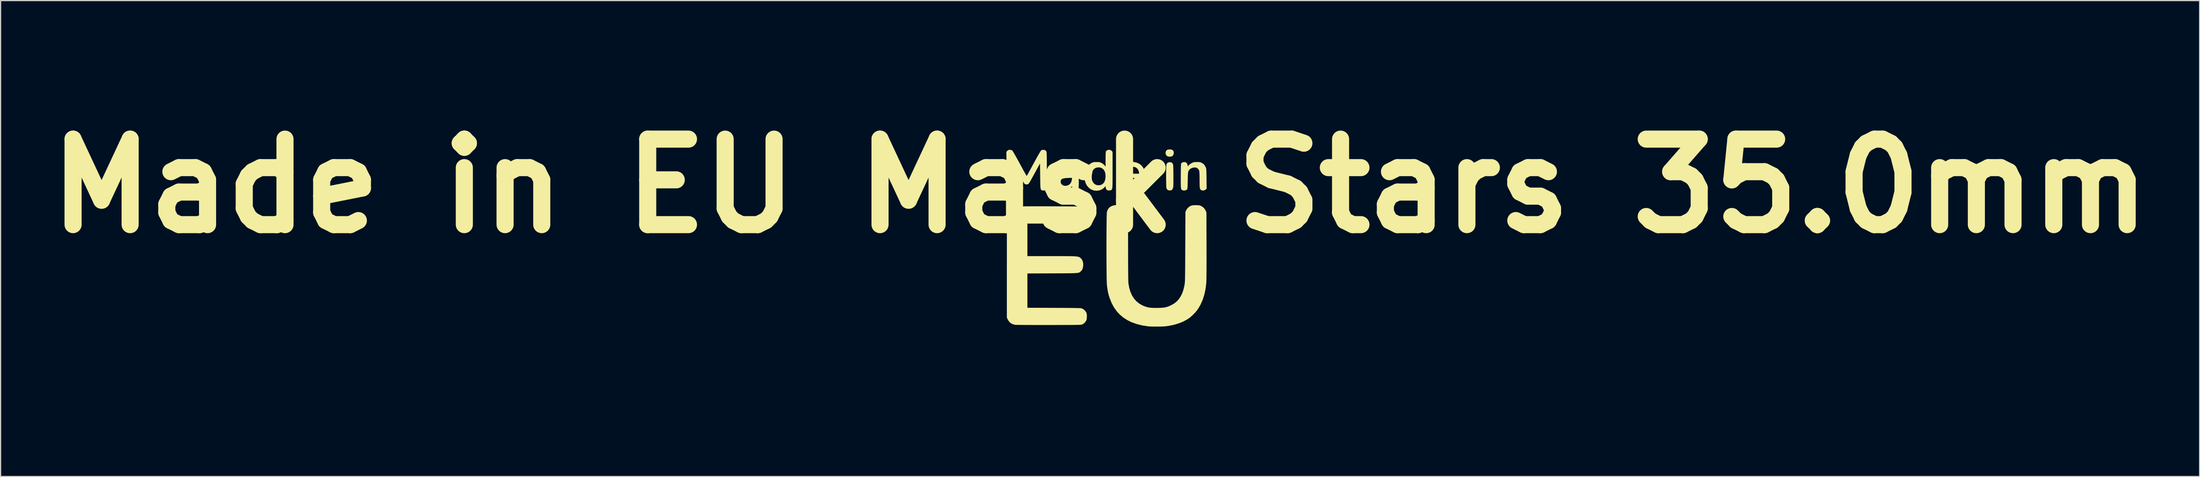
<source format=kicad_pcb>
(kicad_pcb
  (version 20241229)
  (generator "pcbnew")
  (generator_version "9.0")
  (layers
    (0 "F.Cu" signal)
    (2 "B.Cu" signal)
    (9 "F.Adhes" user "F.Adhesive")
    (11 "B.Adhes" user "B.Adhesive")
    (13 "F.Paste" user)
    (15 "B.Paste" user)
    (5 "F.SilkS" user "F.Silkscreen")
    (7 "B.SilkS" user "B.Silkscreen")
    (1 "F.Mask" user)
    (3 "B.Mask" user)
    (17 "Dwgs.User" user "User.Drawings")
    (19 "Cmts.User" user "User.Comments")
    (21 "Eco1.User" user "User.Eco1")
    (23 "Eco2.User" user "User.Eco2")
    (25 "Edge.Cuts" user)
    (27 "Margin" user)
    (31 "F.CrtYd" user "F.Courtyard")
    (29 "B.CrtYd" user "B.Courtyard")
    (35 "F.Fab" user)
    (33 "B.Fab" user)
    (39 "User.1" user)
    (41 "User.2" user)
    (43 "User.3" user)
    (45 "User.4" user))
  (footprint "Made in EU Mask Stars 35.0mm"
    (layer "F.Cu")
    (at 91.155 17.387)
    (property "Reference" "Made in EU Mask Stars 35.0mm" (at 0 -4.5 180) (layer "F.SilkS") (effects (font (size 7.329 7.329) (thickness 1.463))))
    (attr board_only exclude_from_pos_files exclude_from_bom)
    (fp_poly (pts (xy 12.864 -9.954) (xy 12.865 -9.951) (xy 12.876 -9.918) (xy 12.901 -9.842) (xy 12.938 -9.727) (xy 12.986 -9.579) (xy 13.042 -9.405) (xy 13.105 -9.21) (xy 13.173 -8.999) (xy 13.181 -8.974) (xy 13.484 -8.037) (xy 14.519 -8.024) (xy 15.555 -8.011) (xy 14.72 -7.412) (xy 14.536 -7.281) (xy 14.367 -7.158) (xy 14.216 -7.048) (xy 14.088 -6.955) (xy 13.987 -6.88) (xy 13.919 -6.828) (xy 13.887 -6.802) (xy 13.886 -6.8) (xy 13.893 -6.773) (xy 13.916 -6.702) (xy 13.951 -6.592) (xy 13.996 -6.449) (xy 14.051 -6.278) (xy 14.113 -6.086) (xy 14.181 -5.876) (xy 14.194 -5.835) (xy 14.263 -5.623) (xy 14.326 -5.427) (xy 14.381 -5.253) (xy 14.427 -5.105) (xy 14.463 -4.99) (xy 14.486 -4.912) (xy 14.496 -4.877) (xy 14.496 -4.876) (xy 14.474 -4.889) (xy 14.415 -4.929) (xy 14.322 -4.994) (xy 14.202 -5.08) (xy 14.058 -5.184) (xy 13.894 -5.302) (xy 13.716 -5.432) (xy 13.67 -5.465) (xy 12.852 -6.062) (xy 12.072 -5.492) (xy 11.857 -5.334) (xy 11.68 -5.204) (xy 11.537 -5.101) (xy 11.426 -5.021) (xy 11.342 -4.962) (xy 11.282 -4.921) (xy 11.242 -4.897) (xy 11.219 -4.886) (xy 11.209 -4.887) (xy 11.207 -4.896) (xy 11.212 -4.912) (xy 11.213 -4.915) (xy 11.297 -5.17) (xy 11.379 -5.423) (xy 11.458 -5.67) (xy 11.533 -5.906) (xy 11.602 -6.125) (xy 11.663 -6.322) (xy 11.715 -6.494) (xy 11.757 -6.635) (xy 11.786 -6.74) (xy 11.802 -6.805) (xy 11.804 -6.824) (xy 11.779 -6.842) (xy 11.716 -6.887) (xy 11.62 -6.955) (xy 11.497 -7.044) (xy 11.349 -7.15) (xy 11.183 -7.269) (xy 11.003 -7.398) (xy 10.967 -7.424) (xy 10.15 -8.011) (xy 11.183 -8.017) (xy 12.215 -8.024) (xy 12.44 -8.721) (xy 12.531 -9.005) (xy 12.608 -9.244) (xy 12.672 -9.441) (xy 12.724 -9.599) (xy 12.766 -9.723) (xy 12.798 -9.817) (xy 12.822 -9.883) (xy 12.839 -9.926) (xy 12.851 -9.95) (xy 12.859 -9.958)) (stroke (width 0) (type solid)) (fill yes) (layer "F.Mask"))
    (fp_poly (pts (xy 0.033 12.33) (xy 0.058 12.406) (xy 0.095 12.521) (xy 0.142 12.669) (xy 0.198 12.843) (xy 0.26 13.039) (xy 0.328 13.251) (xy 0.339 13.286) (xy 0.643 14.237) (xy 1.668 14.25) (xy 2.693 14.263) (xy 1.926 14.813) (xy 1.748 14.942) (xy 1.581 15.062) (xy 1.43 15.171) (xy 1.301 15.264) (xy 1.2 15.338) (xy 1.131 15.389) (xy 1.1 15.412) (xy 1.041 15.461) (xy 1.342 16.399) (xy 1.41 16.611) (xy 1.474 16.808) (xy 1.53 16.984) (xy 1.579 17.135) (xy 1.617 17.253) (xy 1.643 17.334) (xy 1.655 17.372) (xy 1.656 17.373) (xy 1.657 17.395) (xy 1.635 17.384) (xy 1.599 17.356) (xy 1.527 17.304) (xy 1.427 17.231) (xy 1.303 17.141) (xy 1.162 17.038) (xy 1.009 16.926) (xy 0.85 16.81) (xy 0.69 16.694) (xy 0.535 16.582) (xy 0.392 16.478) (xy 0.265 16.386) (xy 0.16 16.311) (xy 0.084 16.256) (xy 0.042 16.226) (xy 0.035 16.221) (xy 0.01 16.233) (xy -0.052 16.272) (xy -0.145 16.333) (xy -0.264 16.414) (xy -0.403 16.51) (xy -0.556 16.618) (xy -0.72 16.733) (xy -0.887 16.851) (xy -1.052 16.97) (xy -1.211 17.085) (xy -1.357 17.192) (xy -1.485 17.287) (xy -1.59 17.367) (xy -1.613 17.385) (xy -1.64 17.401) (xy -1.637 17.376) (xy -1.637 17.376) (xy -1.625 17.342) (xy -1.6 17.265) (xy -1.564 17.152) (xy -1.518 17.011) (xy -1.466 16.848) (xy -1.408 16.67) (xy -1.349 16.485) (xy -1.289 16.298) (xy -1.231 16.118) (xy -1.178 15.951) (xy -1.131 15.804) (xy -1.092 15.684) (xy -1.065 15.598) (xy -1.053 15.56) (xy -1.019 15.45) (xy -1.855 14.85) (xy -2.69 14.25) (xy -1.659 14.25) (xy -0.628 14.25) (xy -0.442 13.67) (xy -0.379 13.472) (xy -0.311 13.261) (xy -0.244 13.051) (xy -0.182 12.857) (xy -0.13 12.696) (xy -0.123 12.675) (xy -0.079 12.541) (xy -0.039 12.429) (xy -0.007 12.347) (xy 0.014 12.302) (xy 0.023 12.298)) (stroke (width 0) (type solid)) (fill yes) (layer "F.Mask"))
    (fp_poly (pts (xy -7.192 -14.745) (xy -7.128 -14.546) (xy -7.063 -14.345) (xy -7.001 -14.152) (xy -6.944 -13.979) (xy -6.898 -13.836) (xy -6.874 -13.762) (xy -6.769 -13.443) (xy -5.736 -13.436) (xy -4.702 -13.429) (xy -5.445 -12.897) (xy -5.622 -12.769) (xy -5.79 -12.649) (xy -5.943 -12.539) (xy -6.074 -12.443) (xy -6.179 -12.367) (xy -6.251 -12.314) (xy -6.281 -12.292) (xy -6.376 -12.218) (xy -6.068 -11.262) (xy -6 -11.049) (xy -5.937 -10.852) (xy -5.882 -10.677) (xy -5.836 -10.529) (xy -5.8 -10.412) (xy -5.777 -10.333) (xy -5.768 -10.298) (xy -5.768 -10.296) (xy -5.791 -10.309) (xy -5.85 -10.35) (xy -5.942 -10.414) (xy -6.063 -10.5) (xy -6.206 -10.603) (xy -6.368 -10.72) (xy -6.545 -10.849) (xy -6.566 -10.864) (xy -6.745 -10.995) (xy -6.911 -11.116) (xy -7.06 -11.223) (xy -7.187 -11.315) (xy -7.287 -11.386) (xy -7.355 -11.433) (xy -7.387 -11.453) (xy -7.387 -11.454) (xy -7.415 -11.442) (xy -7.48 -11.402) (xy -7.577 -11.338) (xy -7.702 -11.252) (xy -7.849 -11.149) (xy -8.015 -11.031) (xy -8.194 -10.902) (xy -8.226 -10.878) (xy -8.407 -10.747) (xy -8.573 -10.626) (xy -8.722 -10.519) (xy -8.848 -10.428) (xy -8.947 -10.358) (xy -9.014 -10.311) (xy -9.044 -10.29) (xy -9.045 -10.29) (xy -9.04 -10.314) (xy -9.021 -10.382) (xy -8.989 -10.489) (xy -8.945 -10.629) (xy -8.893 -10.798) (xy -8.832 -10.99) (xy -8.765 -11.199) (xy -8.749 -11.247) (xy -8.681 -11.46) (xy -8.617 -11.657) (xy -8.561 -11.833) (xy -8.513 -11.983) (xy -8.476 -12.1) (xy -8.452 -12.179) (xy -8.441 -12.216) (xy -8.44 -12.218) (xy -8.461 -12.235) (xy -8.519 -12.28) (xy -8.611 -12.348) (xy -8.731 -12.436) (xy -8.876 -12.542) (xy -9.041 -12.661) (xy -9.221 -12.79) (xy -9.276 -12.83) (xy -10.112 -13.429) (xy -9.074 -13.436) (xy -8.037 -13.443) (xy -7.791 -14.218) (xy -7.726 -14.421) (xy -7.663 -14.618) (xy -7.605 -14.801) (xy -7.553 -14.962) (xy -7.511 -15.092) (xy -7.481 -15.183) (xy -7.475 -15.201) (xy -7.406 -15.409)) (stroke (width 0) (type solid)) (fill yes) (layer "F.Mask"))
    (fp_poly (pts (xy -7.39 10.356) (xy -7.365 10.421) (xy -7.328 10.524) (xy -7.28 10.662) (xy -7.224 10.829) (xy -7.162 11.02) (xy -7.094 11.229) (xy -7.073 11.294) (xy -6.762 12.269) (xy -5.73 12.276) (xy -4.697 12.283) (xy -5.527 12.879) (xy -5.71 13.01) (xy -5.879 13.133) (xy -6.029 13.243) (xy -6.156 13.337) (xy -6.256 13.412) (xy -6.324 13.464) (xy -6.355 13.49) (xy -6.356 13.492) (xy -6.349 13.521) (xy -6.327 13.593) (xy -6.292 13.703) (xy -6.247 13.847) (xy -6.193 14.018) (xy -6.131 14.211) (xy -6.064 14.42) (xy -6.056 14.445) (xy -5.989 14.656) (xy -5.927 14.851) (xy -5.873 15.025) (xy -5.828 15.172) (xy -5.793 15.287) (xy -5.771 15.364) (xy -5.763 15.398) (xy -5.763 15.399) (xy -5.785 15.392) (xy -5.84 15.36) (xy -5.919 15.307) (xy -5.992 15.255) (xy -6.073 15.195) (xy -6.189 15.11) (xy -6.329 15.007) (xy -6.487 14.891) (xy -6.654 14.769) (xy -6.803 14.66) (xy -7.393 14.228) (xy -8.106 14.749) (xy -8.28 14.877) (xy -8.446 14.998) (xy -8.597 15.108) (xy -8.728 15.203) (xy -8.833 15.279) (xy -8.905 15.33) (xy -8.932 15.349) (xy -8.997 15.394) (xy -9.028 15.41) (xy -9.035 15.399) (xy -9.027 15.366) (xy -9.014 15.328) (xy -8.988 15.246) (xy -8.95 15.126) (xy -8.902 14.975) (xy -8.846 14.799) (xy -8.783 14.603) (xy -8.722 14.412) (xy -8.656 14.205) (xy -8.596 14.014) (xy -8.545 13.844) (xy -8.502 13.7) (xy -8.471 13.589) (xy -8.452 13.516) (xy -8.448 13.487) (xy -8.471 13.465) (xy -8.532 13.417) (xy -8.626 13.345) (xy -8.749 13.253) (xy -8.895 13.145) (xy -9.06 13.024) (xy -9.24 12.895) (xy -9.275 12.869) (xy -10.091 12.283) (xy -9.058 12.276) (xy -8.025 12.269) (xy -7.975 12.107) (xy -7.924 11.942) (xy -7.867 11.76) (xy -7.805 11.566) (xy -7.741 11.367) (xy -7.678 11.168) (xy -7.616 10.977) (xy -7.558 10.8) (xy -7.507 10.643) (xy -7.463 10.511) (xy -7.429 10.412) (xy -7.408 10.352) (xy -7.402 10.337)) (stroke (width 0) (type solid)) (fill yes) (layer "F.Mask"))
    (fp_poly (pts (xy 7.425 10.339) (xy 7.435 10.365) (xy 7.451 10.411) (xy 7.475 10.48) (xy 7.507 10.576) (xy 7.548 10.703) (xy 7.6 10.864) (xy 7.665 11.063) (xy 7.742 11.304) (xy 7.834 11.59) (xy 7.854 11.651) (xy 8.052 12.269) (xy 9.082 12.276) (xy 10.112 12.283) (xy 9.298 12.869) (xy 9.116 13) (xy 8.947 13.121) (xy 8.797 13.23) (xy 8.668 13.322) (xy 8.567 13.395) (xy 8.498 13.444) (xy 8.465 13.468) (xy 8.464 13.469) (xy 8.467 13.496) (xy 8.485 13.567) (xy 8.516 13.676) (xy 8.558 13.819) (xy 8.61 13.99) (xy 8.671 14.183) (xy 8.738 14.393) (xy 8.754 14.444) (xy 8.823 14.657) (xy 8.886 14.854) (xy 8.941 15.03) (xy 8.988 15.179) (xy 9.024 15.296) (xy 9.047 15.375) (xy 9.057 15.411) (xy 9.057 15.413) (xy 9.035 15.4) (xy 8.976 15.359) (xy 8.883 15.294) (xy 8.763 15.208) (xy 8.618 15.105) (xy 8.455 14.986) (xy 8.276 14.857) (xy 8.232 14.825) (xy 7.415 14.229) (xy 7.283 14.326) (xy 7.109 14.454) (xy 6.928 14.587) (xy 6.744 14.721) (xy 6.563 14.853) (xy 6.389 14.98) (xy 6.227 15.097) (xy 6.082 15.201) (xy 5.959 15.29) (xy 5.862 15.358) (xy 5.798 15.403) (xy 5.769 15.422) (xy 5.769 15.422) (xy 5.764 15.406) (xy 5.766 15.402) (xy 5.776 15.375) (xy 5.799 15.304) (xy 5.834 15.197) (xy 5.879 15.061) (xy 5.931 14.901) (xy 5.988 14.725) (xy 6.048 14.539) (xy 6.109 14.35) (xy 6.169 14.164) (xy 6.225 13.988) (xy 6.276 13.829) (xy 6.319 13.692) (xy 6.353 13.586) (xy 6.375 13.516) (xy 6.382 13.488) (xy 6.382 13.488) (xy 6.362 13.471) (xy 6.304 13.427) (xy 6.212 13.36) (xy 6.092 13.272) (xy 5.947 13.166) (xy 5.783 13.047) (xy 5.603 12.918) (xy 5.551 12.88) (xy 4.72 12.283) (xy 5.752 12.27) (xy 6.785 12.257) (xy 7.096 11.287) (xy 7.165 11.073) (xy 7.229 10.877) (xy 7.287 10.702) (xy 7.336 10.555) (xy 7.376 10.44) (xy 7.404 10.363) (xy 7.418 10.329) (xy 7.419 10.328)) (stroke (width 0) (type solid)) (fill yes) (layer "F.Mask"))
    (fp_poly (pts (xy 0.027 -17.358) (xy 0.05 -17.284) (xy 0.086 -17.172) (xy 0.133 -17.027) (xy 0.188 -16.854) (xy 0.25 -16.659) (xy 0.318 -16.447) (xy 0.333 -16.399) (xy 0.642 -15.435) (xy 1.669 -15.422) (xy 2.696 -15.409) (xy 1.869 -14.815) (xy 1.687 -14.683) (xy 1.518 -14.561) (xy 1.368 -14.452) (xy 1.241 -14.359) (xy 1.141 -14.286) (xy 1.074 -14.235) (xy 1.043 -14.211) (xy 1.042 -14.209) (xy 1.05 -14.183) (xy 1.071 -14.114) (xy 1.105 -14.009) (xy 1.147 -13.874) (xy 1.198 -13.716) (xy 1.254 -13.541) (xy 1.313 -13.356) (xy 1.374 -13.168) (xy 1.433 -12.982) (xy 1.49 -12.806) (xy 1.542 -12.647) (xy 1.586 -12.51) (xy 1.621 -12.402) (xy 1.641 -12.341) (xy 1.649 -12.318) (xy 1.656 -12.301) (xy 1.656 -12.29) (xy 1.648 -12.288) (xy 1.626 -12.298) (xy 1.586 -12.323) (xy 1.526 -12.364) (xy 1.441 -12.425) (xy 1.327 -12.507) (xy 1.181 -12.614) (xy 0.998 -12.747) (xy 0.886 -12.829) (xy 0.712 -12.956) (xy 0.549 -13.075) (xy 0.402 -13.182) (xy 0.276 -13.273) (xy 0.178 -13.345) (xy 0.111 -13.393) (xy 0.088 -13.41) (xy 0.006 -13.468) (xy -0.694 -12.957) (xy -0.868 -12.83) (xy -1.034 -12.709) (xy -1.186 -12.598) (xy -1.318 -12.501) (xy -1.423 -12.425) (xy -1.496 -12.371) (xy -1.521 -12.353) (xy -1.59 -12.304) (xy -1.626 -12.283) (xy -1.636 -12.29) (xy -1.629 -12.321) (xy -1.628 -12.324) (xy -1.616 -12.361) (xy -1.591 -12.44) (xy -1.554 -12.555) (xy -1.508 -12.699) (xy -1.455 -12.864) (xy -1.397 -13.044) (xy -1.337 -13.231) (xy -1.277 -13.42) (xy -1.218 -13.602) (xy -1.164 -13.772) (xy -1.116 -13.921) (xy -1.076 -14.044) (xy -1.047 -14.133) (xy -1.032 -14.182) (xy -1.03 -14.188) (xy -1.048 -14.209) (xy -1.104 -14.257) (xy -1.194 -14.328) (xy -1.313 -14.419) (xy -1.456 -14.527) (xy -1.62 -14.648) (xy -1.799 -14.778) (xy -1.848 -14.813) (xy -2.676 -15.409) (xy -1.652 -15.416) (xy -0.628 -15.423) (xy -0.442 -16.002) (xy -0.379 -16.2) (xy -0.311 -16.411) (xy -0.244 -16.621) (xy -0.182 -16.815) (xy -0.13 -16.976) (xy -0.123 -16.996) (xy -0.079 -17.132) (xy -0.04 -17.245) (xy -0.009 -17.331) (xy 0.011 -17.379) (xy 0.017 -17.387)) (stroke (width 0) (type solid)) (fill yes) (layer "F.Mask"))
    (fp_poly (pts (xy 12.859 4.905) (xy 12.883 4.971) (xy 12.919 5.076) (xy 12.966 5.215) (xy 13.021 5.383) (xy 13.084 5.574) (xy 13.152 5.783) (xy 13.171 5.842) (xy 13.483 6.812) (xy 14.522 6.825) (xy 15.562 6.838) (xy 14.746 7.424) (xy 14.563 7.555) (xy 14.394 7.677) (xy 14.242 7.786) (xy 14.113 7.878) (xy 14.01 7.952) (xy 13.94 8.002) (xy 13.906 8.026) (xy 13.904 8.027) (xy 13.906 8.055) (xy 13.923 8.128) (xy 13.954 8.242) (xy 13.998 8.393) (xy 14.054 8.576) (xy 14.12 8.787) (xy 14.193 9.016) (xy 14.262 9.231) (xy 14.325 9.429) (xy 14.382 9.605) (xy 14.429 9.755) (xy 14.466 9.873) (xy 14.491 9.953) (xy 14.502 9.991) (xy 14.502 9.993) (xy 14.481 9.979) (xy 14.422 9.937) (xy 14.33 9.871) (xy 14.21 9.784) (xy 14.066 9.68) (xy 13.903 9.561) (xy 13.725 9.431) (xy 13.679 9.397) (xy 13.471 9.245) (xy 13.301 9.121) (xy 13.164 9.023) (xy 13.057 8.948) (xy 12.975 8.893) (xy 12.915 8.857) (xy 12.872 8.835) (xy 12.842 8.825) (xy 12.821 8.825) (xy 12.806 8.832) (xy 12.773 8.855) (xy 12.703 8.904) (xy 12.601 8.978) (xy 12.473 9.071) (xy 12.323 9.18) (xy 12.157 9.301) (xy 11.988 9.424) (xy 11.813 9.551) (xy 11.652 9.668) (xy 11.509 9.771) (xy 11.389 9.856) (xy 11.297 9.92) (xy 11.237 9.96) (xy 11.215 9.973) (xy 11.22 9.947) (xy 11.24 9.877) (xy 11.273 9.768) (xy 11.317 9.626) (xy 11.371 9.456) (xy 11.432 9.263) (xy 11.5 9.054) (xy 11.513 9.013) (xy 11.582 8.801) (xy 11.644 8.604) (xy 11.699 8.429) (xy 11.745 8.28) (xy 11.781 8.163) (xy 11.803 8.084) (xy 11.812 8.048) (xy 11.812 8.047) (xy 11.788 8.027) (xy 11.73 7.982) (xy 11.645 7.919) (xy 11.541 7.843) (xy 11.496 7.81) (xy 11.382 7.728) (xy 11.238 7.624) (xy 11.073 7.506) (xy 10.9 7.381) (xy 10.729 7.258) (xy 10.668 7.214) (xy 10.147 6.838) (xy 11.185 6.825) (xy 12.224 6.812) (xy 12.531 5.853) (xy 12.599 5.64) (xy 12.663 5.443) (xy 12.72 5.267) (xy 12.769 5.117) (xy 12.808 5) (xy 12.834 4.921) (xy 12.848 4.885) (xy 12.849 4.883)) (stroke (width 0) (type solid)) (fill yes) (layer "F.Mask"))
    (fp_poly (pts (xy -12.82 4.898) (xy -12.809 4.93) (xy -12.784 5.007) (xy -12.747 5.122) (xy -12.699 5.27) (xy -12.643 5.444) (xy -12.58 5.639) (xy -12.512 5.85) (xy -12.504 5.874) (xy -12.203 6.812) (xy -11.163 6.825) (xy -10.122 6.838) (xy -10.955 7.435) (xy -11.139 7.567) (xy -11.309 7.689) (xy -11.46 7.798) (xy -11.589 7.89) (xy -11.691 7.963) (xy -11.76 8.013) (xy -11.794 8.037) (xy -11.796 8.038) (xy -11.79 8.063) (xy -11.77 8.133) (xy -11.736 8.241) (xy -11.692 8.383) (xy -11.639 8.553) (xy -11.577 8.746) (xy -11.51 8.956) (xy -11.491 9.016) (xy -11.422 9.23) (xy -11.358 9.428) (xy -11.302 9.605) (xy -11.255 9.755) (xy -11.218 9.872) (xy -11.194 9.952) (xy -11.183 9.99) (xy -11.183 9.992) (xy -11.205 9.978) (xy -11.263 9.936) (xy -11.355 9.87) (xy -11.475 9.784) (xy -11.618 9.679) (xy -11.78 9.561) (xy -11.956 9.431) (xy -11.983 9.411) (xy -12.163 9.28) (xy -12.33 9.158) (xy -12.479 9.049) (xy -12.607 8.956) (xy -12.707 8.884) (xy -12.776 8.836) (xy -12.808 8.814) (xy -12.81 8.813) (xy -12.837 8.825) (xy -12.902 8.865) (xy -12.999 8.929) (xy -13.123 9.015) (xy -13.271 9.118) (xy -13.437 9.237) (xy -13.617 9.367) (xy -13.663 9.401) (xy -13.844 9.533) (xy -14.011 9.654) (xy -14.16 9.762) (xy -14.286 9.854) (xy -14.385 9.924) (xy -14.452 9.972) (xy -14.483 9.992) (xy -14.484 9.993) (xy -14.476 9.967) (xy -14.454 9.897) (xy -14.42 9.789) (xy -14.374 9.647) (xy -14.32 9.477) (xy -14.258 9.284) (xy -14.19 9.074) (xy -14.174 9.024) (xy -14.105 8.81) (xy -14.043 8.612) (xy -13.987 8.435) (xy -13.941 8.285) (xy -13.906 8.166) (xy -13.884 8.085) (xy -13.875 8.047) (xy -13.875 8.044) (xy -13.898 8.026) (xy -13.959 7.98) (xy -14.053 7.91) (xy -14.175 7.821) (xy -14.321 7.715) (xy -14.487 7.595) (xy -14.667 7.465) (xy -14.713 7.432) (xy -15.539 6.838) (xy -14.499 6.825) (xy -13.458 6.812) (xy -13.254 6.174) (xy -13.191 5.977) (xy -13.126 5.775) (xy -13.064 5.58) (xy -13.008 5.403) (xy -12.962 5.258) (xy -12.942 5.197) (xy -12.903 5.078) (xy -12.867 4.982) (xy -12.84 4.919) (xy -12.823 4.895)) (stroke (width 0) (type solid)) (fill yes) (layer "F.Mask"))
    (fp_poly (pts (xy 7.459 -15.336) (xy 7.484 -15.26) (xy 7.521 -15.145) (xy 7.569 -14.997) (xy 7.625 -14.823) (xy 7.688 -14.628) (xy 7.756 -14.417) (xy 7.764 -14.393) (xy 8.065 -13.455) (xy 9.104 -13.442) (xy 10.142 -13.429) (xy 9.311 -12.832) (xy 9.128 -12.701) (xy 8.958 -12.579) (xy 8.807 -12.47) (xy 8.678 -12.378) (xy 8.576 -12.305) (xy 8.507 -12.255) (xy 8.474 -12.231) (xy 8.472 -12.23) (xy 8.478 -12.205) (xy 8.499 -12.136) (xy 8.532 -12.027) (xy 8.576 -11.886) (xy 8.63 -11.716) (xy 8.691 -11.524) (xy 8.759 -11.314) (xy 8.775 -11.264) (xy 8.843 -11.051) (xy 8.906 -10.853) (xy 8.962 -10.678) (xy 9.008 -10.529) (xy 9.044 -10.412) (xy 9.068 -10.332) (xy 9.077 -10.296) (xy 9.077 -10.294) (xy 9.055 -10.307) (xy 8.996 -10.347) (xy 8.903 -10.412) (xy 8.783 -10.497) (xy 8.64 -10.601) (xy 8.477 -10.718) (xy 8.3 -10.847) (xy 8.273 -10.867) (xy 8.093 -10.998) (xy 7.926 -11.118) (xy 7.775 -11.225) (xy 7.647 -11.315) (xy 7.545 -11.385) (xy 7.474 -11.43) (xy 7.44 -11.449) (xy 7.439 -11.449) (xy 7.41 -11.434) (xy 7.344 -11.392) (xy 7.245 -11.325) (xy 7.12 -11.238) (xy 6.971 -11.133) (xy 6.806 -11.014) (xy 6.627 -10.885) (xy 6.606 -10.87) (xy 6.428 -10.739) (xy 6.262 -10.619) (xy 6.115 -10.513) (xy 5.991 -10.424) (xy 5.893 -10.354) (xy 5.828 -10.309) (xy 5.8 -10.29) (xy 5.799 -10.29) (xy 5.797 -10.311) (xy 5.81 -10.362) (xy 5.845 -10.469) (xy 5.89 -10.607) (xy 5.942 -10.767) (xy 5.999 -10.945) (xy 6.059 -11.132) (xy 6.12 -11.324) (xy 6.18 -11.512) (xy 6.237 -11.692) (xy 6.288 -11.856) (xy 6.333 -11.998) (xy 6.368 -12.112) (xy 6.392 -12.19) (xy 6.402 -12.228) (xy 6.403 -12.23) (xy 6.381 -12.246) (xy 6.321 -12.289) (xy 6.228 -12.356) (xy 6.106 -12.443) (xy 5.961 -12.548) (xy 5.796 -12.666) (xy 5.616 -12.795) (xy 5.565 -12.832) (xy 4.735 -13.429) (xy 5.773 -13.442) (xy 6.81 -13.455) (xy 6.993 -14.028) (xy 7.056 -14.224) (xy 7.123 -14.433) (xy 7.189 -14.64) (xy 7.25 -14.83) (xy 7.3 -14.987) (xy 7.305 -15.004) (xy 7.349 -15.136) (xy 7.388 -15.245) (xy 7.419 -15.324) (xy 7.441 -15.366) (xy 7.448 -15.369)) (stroke (width 0) (type solid)) (fill yes) (layer "F.Mask"))
    (fp_poly (pts (xy -12.816 -9.917) (xy -12.792 -9.846) (xy -12.755 -9.736) (xy -12.708 -9.593) (xy -12.652 -9.422) (xy -12.59 -9.229) (xy -12.522 -9.018) (xy -12.507 -8.971) (xy -12.199 -8.011) (xy -11.168 -7.998) (xy -10.136 -7.985) (xy -10.969 -7.387) (xy -11.181 -7.234) (xy -11.355 -7.108) (xy -11.493 -7.006) (xy -11.599 -6.926) (xy -11.678 -6.864) (xy -11.732 -6.817) (xy -11.766 -6.782) (xy -11.782 -6.758) (xy -11.786 -6.739) (xy -11.785 -6.735) (xy -11.772 -6.695) (xy -11.746 -6.613) (xy -11.708 -6.496) (xy -11.662 -6.351) (xy -11.609 -6.186) (xy -11.551 -6.006) (xy -11.491 -5.82) (xy -11.431 -5.632) (xy -11.373 -5.451) (xy -11.319 -5.284) (xy -11.272 -5.136) (xy -11.233 -5.015) (xy -11.205 -4.928) (xy -11.19 -4.882) (xy -11.188 -4.877) (xy -11.191 -4.856) (xy -11.209 -4.862) (xy -11.234 -4.88) (xy -11.296 -4.924) (xy -11.389 -4.991) (xy -11.507 -5.076) (xy -11.644 -5.175) (xy -11.794 -5.284) (xy -11.952 -5.398) (xy -12.112 -5.515) (xy -12.269 -5.628) (xy -12.415 -5.735) (xy -12.547 -5.831) (xy -12.658 -5.911) (xy -12.742 -5.973) (xy -12.793 -6.011) (xy -12.804 -6.019) (xy -12.83 -6.009) (xy -12.894 -5.971) (xy -12.992 -5.907) (xy -13.118 -5.821) (xy -13.269 -5.715) (xy -13.44 -5.593) (xy -13.628 -5.458) (xy -13.649 -5.442) (xy -13.83 -5.31) (xy -13.998 -5.188) (xy -14.148 -5.08) (xy -14.276 -4.988) (xy -14.376 -4.916) (xy -14.445 -4.868) (xy -14.477 -4.846) (xy -14.479 -4.845) (xy -14.481 -4.865) (xy -14.474 -4.885) (xy -14.463 -4.918) (xy -14.438 -4.995) (xy -14.4 -5.11) (xy -14.353 -5.258) (xy -14.297 -5.431) (xy -14.234 -5.625) (xy -14.168 -5.83) (xy -14.101 -6.037) (xy -14.039 -6.229) (xy -13.984 -6.401) (xy -13.938 -6.545) (xy -13.901 -6.657) (xy -13.877 -6.731) (xy -13.868 -6.761) (xy -13.886 -6.781) (xy -13.942 -6.828) (xy -14.032 -6.899) (xy -14.151 -6.989) (xy -14.295 -7.097) (xy -14.459 -7.217) (xy -14.638 -7.347) (xy -14.692 -7.386) (xy -15.526 -7.985) (xy -14.494 -7.998) (xy -13.463 -8.011) (xy -13.337 -8.401) (xy -13.29 -8.548) (xy -13.232 -8.73) (xy -13.167 -8.932) (xy -13.1 -9.139) (xy -13.037 -9.338) (xy -13.025 -9.374) (xy -12.972 -9.537) (xy -12.924 -9.682) (xy -12.883 -9.801) (xy -12.851 -9.888) (xy -12.832 -9.936) (xy -12.826 -9.943)) (stroke (width 0) (type solid)) (fill yes) (layer "F.Mask"))
    (fp_poly (pts (xy -14.815 -2.511) (xy -14.79 -2.447) (xy -14.753 -2.343) (xy -14.706 -2.205) (xy -14.65 -2.038) (xy -14.587 -1.847) (xy -14.519 -1.638) (xy -14.499 -1.574) (xy -14.188 -0.599) (xy -13.162 -0.599) (xy -12.886 -0.599) (xy -12.65 -0.597) (xy -12.458 -0.594) (xy -12.31 -0.59) (xy -12.21 -0.584) (xy -12.159 -0.578) (xy -12.152 -0.574) (xy -12.176 -0.554) (xy -12.238 -0.507) (xy -12.332 -0.436) (xy -12.455 -0.346) (xy -12.602 -0.239) (xy -12.767 -0.119) (xy -12.946 0.01) (xy -12.974 0.03) (xy -13.154 0.16) (xy -13.321 0.281) (xy -13.468 0.39) (xy -13.593 0.483) (xy -13.689 0.557) (xy -13.753 0.607) (xy -13.78 0.632) (xy -13.781 0.633) (xy -13.773 0.663) (xy -13.751 0.736) (xy -13.716 0.848) (xy -13.671 0.993) (xy -13.617 1.165) (xy -13.555 1.358) (xy -13.488 1.568) (xy -13.479 1.595) (xy -13.412 1.805) (xy -13.35 1.999) (xy -13.296 2.173) (xy -13.251 2.319) (xy -13.217 2.432) (xy -13.195 2.508) (xy -13.188 2.541) (xy -13.188 2.542) (xy -13.21 2.529) (xy -13.27 2.489) (xy -13.363 2.425) (xy -13.484 2.339) (xy -13.628 2.236) (xy -13.791 2.118) (xy -13.968 1.989) (xy -14.001 1.965) (xy -14.201 1.82) (xy -14.38 1.692) (xy -14.535 1.583) (xy -14.663 1.497) (xy -14.759 1.435) (xy -14.82 1.399) (xy -14.841 1.392) (xy -14.87 1.41) (xy -14.936 1.456) (xy -15.034 1.525) (xy -15.159 1.614) (xy -15.306 1.72) (xy -15.47 1.839) (xy -15.638 1.961) (xy -15.846 2.113) (xy -16.016 2.237) (xy -16.151 2.335) (xy -16.256 2.411) (xy -16.335 2.467) (xy -16.39 2.506) (xy -16.427 2.531) (xy -16.449 2.543) (xy -16.46 2.547) (xy -16.464 2.544) (xy -16.464 2.54) (xy -16.456 2.512) (xy -16.434 2.44) (xy -16.4 2.33) (xy -16.354 2.187) (xy -16.3 2.017) (xy -16.238 1.825) (xy -16.171 1.616) (xy -16.164 1.597) (xy -16.097 1.387) (xy -16.034 1.192) (xy -15.979 1.017) (xy -15.933 0.869) (xy -15.897 0.753) (xy -15.874 0.674) (xy -15.865 0.64) (xy -15.865 0.639) (xy -15.885 0.617) (xy -15.944 0.569) (xy -16.035 0.497) (xy -16.156 0.406) (xy -16.3 0.298) (xy -16.464 0.178) (xy -16.642 0.049) (xy -16.673 0.026) (xy -16.854 -0.104) (xy -17.022 -0.225) (xy -17.171 -0.334) (xy -17.298 -0.427) (xy -17.397 -0.5) (xy -17.464 -0.551) (xy -17.494 -0.575) (xy -17.495 -0.577) (xy -17.473 -0.582) (xy -17.404 -0.586) (xy -17.294 -0.59) (xy -17.147 -0.594) (xy -16.969 -0.596) (xy -16.765 -0.598) (xy -16.541 -0.599) (xy -16.48 -0.599) (xy -15.45 -0.599) (xy -15.4 -0.762) (xy -15.345 -0.939) (xy -15.284 -1.131) (xy -15.22 -1.332) (xy -15.155 -1.536) (xy -15.091 -1.736) (xy -15.029 -1.927) (xy -14.972 -2.103) (xy -14.922 -2.256) (xy -14.88 -2.381) (xy -14.849 -2.472) (xy -14.83 -2.523) (xy -14.827 -2.531)) (stroke (width 0) (type solid)) (fill yes) (layer "F.Mask"))
    (fp_poly (pts (xy 14.833 -2.529) (xy 14.858 -2.464) (xy 14.893 -2.364) (xy 14.936 -2.237) (xy 14.983 -2.092) (xy 14.983 -2.09) (xy 15.043 -1.905) (xy 15.111 -1.69) (xy 15.183 -1.466) (xy 15.252 -1.252) (xy 15.292 -1.127) (xy 15.452 -0.625) (xy 16.479 -0.625) (xy 16.705 -0.625) (xy 16.913 -0.623) (xy 17.099 -0.621) (xy 17.256 -0.618) (xy 17.379 -0.615) (xy 17.464 -0.611) (xy 17.503 -0.607) (xy 17.505 -0.606) (xy 17.484 -0.587) (xy 17.426 -0.541) (xy 17.334 -0.472) (xy 17.213 -0.383) (xy 17.068 -0.277) (xy 16.904 -0.158) (xy 16.725 -0.029) (xy 16.684 -0.000378) (xy 16.502 0.131) (xy 16.334 0.253) (xy 16.185 0.363) (xy 16.059 0.458) (xy 15.961 0.534) (xy 15.895 0.587) (xy 15.866 0.615) (xy 15.865 0.617) (xy 15.873 0.649) (xy 15.895 0.724) (xy 15.929 0.837) (xy 15.975 0.983) (xy 16.029 1.156) (xy 16.091 1.35) (xy 16.158 1.559) (xy 16.164 1.579) (xy 16.232 1.789) (xy 16.293 1.983) (xy 16.347 2.155) (xy 16.392 2.3) (xy 16.426 2.413) (xy 16.447 2.488) (xy 16.454 2.519) (xy 16.454 2.52) (xy 16.431 2.507) (xy 16.371 2.467) (xy 16.279 2.403) (xy 16.158 2.318) (xy 16.014 2.214) (xy 15.852 2.097) (xy 15.676 1.968) (xy 15.655 1.953) (xy 15.476 1.823) (xy 15.31 1.702) (xy 15.162 1.594) (xy 15.035 1.503) (xy 14.936 1.432) (xy 14.868 1.385) (xy 14.837 1.365) (xy 14.836 1.364) (xy 14.809 1.376) (xy 14.745 1.416) (xy 14.648 1.48) (xy 14.525 1.565) (xy 14.38 1.668) (xy 14.218 1.784) (xy 14.062 1.898) (xy 13.846 2.056) (xy 13.669 2.186) (xy 13.526 2.29) (xy 13.414 2.371) (xy 13.329 2.432) (xy 13.267 2.474) (xy 13.226 2.501) (xy 13.2 2.516) (xy 13.187 2.52) (xy 13.182 2.517) (xy 13.182 2.514) (xy 13.189 2.486) (xy 13.211 2.414) (xy 13.246 2.304) (xy 13.291 2.16) (xy 13.346 1.989) (xy 13.407 1.797) (xy 13.474 1.588) (xy 13.481 1.566) (xy 13.549 1.356) (xy 13.611 1.161) (xy 13.666 0.987) (xy 13.712 0.839) (xy 13.748 0.724) (xy 13.771 0.646) (xy 13.78 0.612) (xy 13.78 0.611) (xy 13.76 0.591) (xy 13.701 0.544) (xy 13.609 0.474) (xy 13.489 0.384) (xy 13.344 0.277) (xy 13.18 0.158) (xy 13 0.029) (xy 12.96 0) (xy 12.779 -0.131) (xy 12.611 -0.252) (xy 12.461 -0.36) (xy 12.335 -0.453) (xy 12.237 -0.527) (xy 12.171 -0.577) (xy 12.141 -0.602) (xy 12.14 -0.603) (xy 12.165 -0.607) (xy 12.237 -0.609) (xy 12.349 -0.611) (xy 12.497 -0.611) (xy 12.674 -0.611) (xy 12.876 -0.609) (xy 13.096 -0.607) (xy 13.152 -0.606) (xy 13.409 -0.602) (xy 13.618 -0.6) (xy 13.785 -0.598) (xy 13.915 -0.598) (xy 14.012 -0.6) (xy 14.082 -0.603) (xy 14.13 -0.608) (xy 14.16 -0.615) (xy 14.177 -0.624) (xy 14.187 -0.635) (xy 14.19 -0.641) (xy 14.203 -0.676) (xy 14.23 -0.755) (xy 14.269 -0.873) (xy 14.318 -1.022) (xy 14.375 -1.198) (xy 14.438 -1.395) (xy 14.505 -1.606) (xy 14.51 -1.622) (xy 14.577 -1.831) (xy 14.64 -2.024) (xy 14.696 -2.196) (xy 14.744 -2.339) (xy 14.782 -2.45) (xy 14.808 -2.523) (xy 14.821 -2.552) (xy 14.821 -2.553)) (stroke (width 0) (type solid)) (fill yes) (layer "F.Mask"))
    (fp_poly (pts (xy 6.076 -7.624) (xy 6.188 -7.589) (xy 6.263 -7.521) (xy 6.301 -7.418) (xy 6.309 -7.327) (xy 6.287 -7.198) (xy 6.223 -7.097) (xy 6.145 -7.041) (xy 6.058 -7.016) (xy 5.945 -7.011) (xy 5.831 -7.025) (xy 5.763 -7.047) (xy 5.683 -7.108) (xy 5.631 -7.199) (xy 5.608 -7.307) (xy 5.617 -7.418) (xy 5.66 -7.517) (xy 5.694 -7.556) (xy 5.748 -7.595) (xy 5.821 -7.617) (xy 5.923 -7.628)) (stroke (width 0) (type solid)) (fill yes) (layer "F.SilkS"))
    (fp_poly (pts (xy 6.091 -6.52) (xy 6.181 -6.462) (xy 6.237 -6.365) (xy 6.253 -6.303) (xy 6.259 -6.247) (xy 6.264 -6.147) (xy 6.268 -6.011) (xy 6.272 -5.846) (xy 6.274 -5.661) (xy 6.276 -5.463) (xy 6.277 -5.26) (xy 6.277 -5.061) (xy 6.276 -4.873) (xy 6.274 -4.704) (xy 6.271 -4.562) (xy 6.266 -4.455) (xy 6.261 -4.392) (xy 6.221 -4.261) (xy 6.173 -4.193) (xy 6.119 -4.144) (xy 6.061 -4.122) (xy 5.975 -4.116) (xy 5.972 -4.116) (xy 5.858 -4.128) (xy 5.777 -4.167) (xy 5.775 -4.169) (xy 5.721 -4.231) (xy 5.682 -4.311) (xy 5.68 -4.319) (xy 5.673 -4.372) (xy 5.667 -4.47) (xy 5.662 -4.604) (xy 5.658 -4.768) (xy 5.655 -4.953) (xy 5.654 -5.152) (xy 5.653 -5.358) (xy 5.654 -5.563) (xy 5.656 -5.759) (xy 5.659 -5.939) (xy 5.663 -6.094) (xy 5.668 -6.218) (xy 5.675 -6.303) (xy 5.68 -6.336) (xy 5.732 -6.443) (xy 5.818 -6.51) (xy 5.938 -6.538) (xy 5.968 -6.539)) (stroke (width 0) (type solid)) (fill yes) (layer "F.SilkS"))
    (fp_poly (pts (xy 2.907 -6.552) (xy 3.121 -6.506) (xy 3.317 -6.422) (xy 3.49 -6.302) (xy 3.633 -6.147) (xy 3.711 -6.02) (xy 3.778 -5.855) (xy 3.828 -5.668) (xy 3.853 -5.486) (xy 3.855 -5.429) (xy 3.855 -5.368) (xy 3.851 -5.318) (xy 3.837 -5.279) (xy 3.81 -5.249) (xy 3.762 -5.228) (xy 3.691 -5.213) (xy 3.589 -5.203) (xy 3.453 -5.197) (xy 3.277 -5.193) (xy 3.057 -5.19) (xy 2.954 -5.189) (xy 2.725 -5.188) (xy 2.543 -5.186) (xy 2.404 -5.182) (xy 2.302 -5.177) (xy 2.232 -5.167) (xy 2.189 -5.151) (xy 2.169 -5.13) (xy 2.167 -5.1) (xy 2.177 -5.06) (xy 2.195 -5.01) (xy 2.204 -4.985) (xy 2.263 -4.849) (xy 2.342 -4.747) (xy 2.453 -4.664) (xy 2.484 -4.646) (xy 2.547 -4.613) (xy 2.603 -4.592) (xy 2.666 -4.58) (xy 2.749 -4.574) (xy 2.867 -4.573) (xy 2.905 -4.573) (xy 3.039 -4.575) (xy 3.137 -4.582) (xy 3.215 -4.595) (xy 3.289 -4.619) (xy 3.361 -4.648) (xy 3.494 -4.702) (xy 3.592 -4.73) (xy 3.665 -4.734) (xy 3.722 -4.713) (xy 3.763 -4.68) (xy 3.82 -4.597) (xy 3.83 -4.513) (xy 3.799 -4.431) (xy 3.73 -4.353) (xy 3.63 -4.281) (xy 3.503 -4.218) (xy 3.354 -4.165) (xy 3.188 -4.126) (xy 3.011 -4.101) (xy 2.827 -4.094) (xy 2.642 -4.106) (xy 2.511 -4.129) (xy 2.266 -4.205) (xy 2.056 -4.319) (xy 1.883 -4.469) (xy 1.748 -4.653) (xy 1.653 -4.869) (xy 1.599 -5.116) (xy 1.586 -5.327) (xy 1.603 -5.549) (xy 2.158 -5.549) (xy 2.746 -5.549) (xy 3.334 -5.549) (xy 3.334 -5.633) (xy 3.323 -5.705) (xy 3.294 -5.798) (xy 3.271 -5.853) (xy 3.182 -5.989) (xy 3.062 -6.084) (xy 2.913 -6.135) (xy 2.857 -6.142) (xy 2.671 -6.134) (xy 2.505 -6.081) (xy 2.366 -5.985) (xy 2.259 -5.851) (xy 2.188 -5.683) (xy 2.176 -5.633) (xy 2.158 -5.549) (xy 1.603 -5.549) (xy 1.606 -5.599) (xy 1.668 -5.839) (xy 1.771 -6.048) (xy 1.915 -6.225) (xy 2.099 -6.368) (xy 2.23 -6.44) (xy 2.455 -6.52) (xy 2.683 -6.557)) (stroke (width 0) (type solid)) (fill yes) (layer "F.SilkS"))
    (fp_poly (pts (xy 8.423 -6.55) (xy 8.513 -6.544) (xy 8.585 -6.529) (xy 8.653 -6.504) (xy 8.708 -6.478) (xy 8.836 -6.399) (xy 8.935 -6.298) (xy 9.016 -6.163) (xy 9.048 -6.091) (xy 9.063 -6.05) (xy 9.076 -6.008) (xy 9.086 -5.959) (xy 9.093 -5.896) (xy 9.099 -5.813) (xy 9.103 -5.705) (xy 9.107 -5.564) (xy 9.11 -5.384) (xy 9.112 -5.16) (xy 9.113 -5.112) (xy 9.121 -4.272) (xy 9.043 -4.194) (xy 8.948 -4.133) (xy 8.833 -4.109) (xy 8.714 -4.122) (xy 8.633 -4.159) (xy 8.6 -4.186) (xy 8.574 -4.22) (xy 8.554 -4.27) (xy 8.54 -4.34) (xy 8.53 -4.437) (xy 8.523 -4.565) (xy 8.52 -4.732) (xy 8.518 -4.944) (xy 8.518 -5.025) (xy 8.517 -5.243) (xy 8.514 -5.434) (xy 8.508 -5.591) (xy 8.501 -5.71) (xy 8.492 -5.783) (xy 8.49 -5.795) (xy 8.431 -5.919) (xy 8.336 -6.016) (xy 8.217 -6.074) (xy 8.174 -6.083) (xy 8.026 -6.084) (xy 7.876 -6.047) (xy 7.743 -5.979) (xy 7.687 -5.934) (xy 7.64 -5.886) (xy 7.602 -5.84) (xy 7.573 -5.789) (xy 7.551 -5.727) (xy 7.534 -5.648) (xy 7.523 -5.544) (xy 7.515 -5.41) (xy 7.509 -5.238) (xy 7.504 -5.022) (xy 7.503 -4.957) (xy 7.499 -4.746) (xy 7.495 -4.58) (xy 7.491 -4.455) (xy 7.485 -4.363) (xy 7.479 -4.298) (xy 7.47 -4.254) (xy 7.459 -4.224) (xy 7.445 -4.204) (xy 7.435 -4.193) (xy 7.348 -4.138) (xy 7.235 -4.111) (xy 7.118 -4.117) (xy 7.068 -4.129) (xy 7.025 -4.144) (xy 6.991 -4.166) (xy 6.964 -4.201) (xy 6.943 -4.252) (xy 6.927 -4.325) (xy 6.917 -4.423) (xy 6.91 -4.553) (xy 6.907 -4.717) (xy 6.907 -4.921) (xy 6.908 -5.169) (xy 6.909 -5.371) (xy 6.911 -5.631) (xy 6.913 -5.844) (xy 6.915 -6.014) (xy 6.918 -6.148) (xy 6.922 -6.25) (xy 6.927 -6.325) (xy 6.933 -6.377) (xy 6.941 -6.413) (xy 6.951 -6.437) (xy 6.963 -6.454) (xy 6.966 -6.458) (xy 7.05 -6.516) (xy 7.161 -6.546) (xy 7.262 -6.545) (xy 7.368 -6.506) (xy 7.444 -6.426) (xy 7.485 -6.309) (xy 7.487 -6.298) (xy 7.505 -6.178) (xy 7.608 -6.29) (xy 7.703 -6.373) (xy 7.821 -6.449) (xy 7.874 -6.476) (xy 7.957 -6.512) (xy 8.03 -6.534) (xy 8.111 -6.546) (xy 8.215 -6.551) (xy 8.297 -6.551)) (stroke (width 0) (type solid)) (fill yes) (layer "F.SilkS"))
    (fp_poly (pts (xy 0.865 -7.585) (xy 0.961 -7.537) (xy 0.996 -7.504) (xy 1.068 -7.424) (xy 1.068 -5.873) (xy 1.068 -5.538) (xy 1.068 -5.251) (xy 1.067 -5.009) (xy 1.065 -4.807) (xy 1.062 -4.641) (xy 1.058 -4.508) (xy 1.051 -4.403) (xy 1.043 -4.323) (xy 1.032 -4.263) (xy 1.019 -4.221) (xy 1.002 -4.191) (xy 0.982 -4.17) (xy 0.959 -4.154) (xy 0.935 -4.141) (xy 0.859 -4.119) (xy 0.76 -4.113) (xy 0.662 -4.122) (xy 0.599 -4.142) (xy 0.544 -4.195) (xy 0.499 -4.28) (xy 0.472 -4.377) (xy 0.469 -4.421) (xy 0.469 -4.493) (xy 0.387 -4.394) (xy 0.248 -4.264) (xy 0.077 -4.169) (xy -0.116 -4.11) (xy -0.322 -4.091) (xy -0.53 -4.115) (xy -0.575 -4.126) (xy -0.774 -4.205) (xy -0.95 -4.329) (xy -1.098 -4.492) (xy -1.215 -4.69) (xy -1.297 -4.919) (xy -1.301 -4.937) (xy -1.319 -5.048) (xy -1.329 -5.192) (xy -1.331 -5.327) (xy -0.716 -5.327) (xy -0.714 -5.191) (xy -0.708 -5.092) (xy -0.695 -5.017) (xy -0.673 -4.95) (xy -0.656 -4.911) (xy -0.565 -4.756) (xy -0.451 -4.648) (xy -0.313 -4.583) (xy -0.145 -4.56) (xy -0.13 -4.56) (xy -0.009 -4.571) (xy 0.101 -4.601) (xy 0.117 -4.608) (xy 0.253 -4.699) (xy 0.356 -4.829) (xy 0.425 -4.999) (xy 0.461 -5.209) (xy 0.463 -5.25) (xy 0.46 -5.487) (xy 0.42 -5.686) (xy 0.345 -5.847) (xy 0.233 -5.971) (xy 0.131 -6.037) (xy -0.013 -6.085) (xy -0.168 -6.094) (xy -0.32 -6.067) (xy -0.455 -6.006) (xy -0.539 -5.936) (xy -0.618 -5.83) (xy -0.672 -5.708) (xy -0.703 -5.559) (xy -0.715 -5.373) (xy -0.716 -5.327) (xy -1.331 -5.327) (xy -1.332 -5.352) (xy -1.327 -5.509) (xy -1.314 -5.645) (xy -1.301 -5.718) (xy -1.22 -5.953) (xy -1.104 -6.156) (xy -0.956 -6.322) (xy -0.779 -6.448) (xy -0.722 -6.476) (xy -0.639 -6.512) (xy -0.567 -6.534) (xy -0.487 -6.546) (xy -0.383 -6.55) (xy -0.3 -6.551) (xy -0.174 -6.549) (xy -0.085 -6.543) (xy -0.015 -6.529) (xy 0.053 -6.503) (xy 0.113 -6.474) (xy 0.215 -6.412) (xy 0.314 -6.334) (xy 0.367 -6.282) (xy 0.469 -6.167) (xy 0.469 -6.781) (xy 0.47 -7.017) (xy 0.474 -7.204) (xy 0.481 -7.342) (xy 0.491 -7.43) (xy 0.499 -7.461) (xy 0.559 -7.537) (xy 0.65 -7.584) (xy 0.757 -7.6)) (stroke (width 0) (type solid)) (fill yes) (layer "F.SilkS"))
    (fp_poly (pts (xy -2.748 -6.557) (xy -2.505 -6.525) (xy -2.3 -6.458) (xy -2.132 -6.356) (xy -2.002 -6.218) (xy -1.906 -6.044) (xy -1.901 -6.031) (xy -1.882 -5.98) (xy -1.868 -5.929) (xy -1.857 -5.871) (xy -1.848 -5.8) (xy -1.842 -5.706) (xy -1.837 -5.583) (xy -1.833 -5.424) (xy -1.83 -5.221) (xy -1.829 -5.202) (xy -1.826 -4.941) (xy -1.825 -4.727) (xy -1.828 -4.555) (xy -1.837 -4.421) (xy -1.851 -4.318) (xy -1.871 -4.243) (xy -1.9 -4.191) (xy -1.937 -4.155) (xy -1.984 -4.133) (xy -2.032 -4.119) (xy -2.162 -4.111) (xy -2.266 -4.148) (xy -2.343 -4.228) (xy -2.389 -4.348) (xy -2.395 -4.386) (xy -2.41 -4.494) (xy -2.467 -4.396) (xy -2.568 -4.275) (xy -2.706 -4.184) (xy -2.875 -4.125) (xy -3.068 -4.1) (xy -3.277 -4.111) (xy -3.312 -4.116) (xy -3.472 -4.16) (xy -3.616 -4.236) (xy -3.758 -4.353) (xy -3.769 -4.363) (xy -3.853 -4.453) (xy -3.907 -4.538) (xy -3.945 -4.638) (xy -3.947 -4.647) (xy -3.977 -4.833) (xy -3.974 -4.872) (xy -3.38 -4.872) (xy -3.369 -4.769) (xy -3.353 -4.726) (xy -3.268 -4.613) (xy -3.153 -4.54) (xy -3.012 -4.51) (xy -2.851 -4.523) (xy -2.806 -4.534) (xy -2.669 -4.598) (xy -2.556 -4.702) (xy -2.472 -4.838) (xy -2.425 -4.996) (xy -2.419 -5.055) (xy -2.41 -5.197) (xy -2.709 -5.189) (xy -2.93 -5.176) (xy -3.106 -5.15) (xy -3.235 -5.111) (xy -3.316 -5.06) (xy -3.319 -5.056) (xy -3.363 -4.975) (xy -3.38 -4.872) (xy -3.974 -4.872) (xy -3.96 -5.013) (xy -3.909 -5.155) (xy -3.858 -5.239) (xy -3.797 -5.303) (xy -3.711 -5.358) (xy -3.62 -5.403) (xy -3.514 -5.445) (xy -3.393 -5.477) (xy -3.25 -5.503) (xy -3.076 -5.522) (xy -2.861 -5.536) (xy -2.766 -5.541) (xy -2.394 -5.557) (xy -2.412 -5.703) (xy -2.44 -5.847) (xy -2.487 -5.951) (xy -2.559 -6.027) (xy -2.587 -6.047) (xy -2.671 -6.077) (xy -2.791 -6.093) (xy -2.936 -6.093) (xy -3.091 -6.08) (xy -3.244 -6.053) (xy -3.382 -6.013) (xy -3.396 -6.008) (xy -3.529 -5.962) (xy -3.626 -5.943) (xy -3.697 -5.95) (xy -3.752 -5.983) (xy -3.778 -6.011) (xy -3.82 -6.103) (xy -3.82 -6.205) (xy -3.781 -6.299) (xy -3.736 -6.347) (xy -3.639 -6.404) (xy -3.502 -6.455) (xy -3.337 -6.499) (xy -3.157 -6.533) (xy -2.973 -6.554) (xy -2.799 -6.559)) (stroke (width 0) (type solid)) (fill yes) (layer "F.SilkS"))
    (fp_poly (pts (xy -4.744 -7.581) (xy -4.661 -7.539) (xy -4.606 -7.462) (xy -4.585 -7.401) (xy -4.581 -7.359) (xy -4.576 -7.27) (xy -4.573 -7.141) (xy -4.569 -6.978) (xy -4.566 -6.786) (xy -4.564 -6.571) (xy -4.562 -6.339) (xy -4.56 -6.096) (xy -4.559 -5.848) (xy -4.559 -5.6) (xy -4.559 -5.359) (xy -4.559 -5.13) (xy -4.561 -4.919) (xy -4.563 -4.732) (xy -4.565 -4.575) (xy -4.568 -4.454) (xy -4.572 -4.374) (xy -4.575 -4.349) (xy -4.616 -4.232) (xy -4.692 -4.152) (xy -4.796 -4.112) (xy -4.921 -4.116) (xy -4.943 -4.121) (xy -4.984 -4.133) (xy -5.018 -4.147) (xy -5.046 -4.168) (xy -5.068 -4.2) (xy -5.086 -4.249) (xy -5.099 -4.32) (xy -5.109 -4.415) (xy -5.117 -4.541) (xy -5.122 -4.702) (xy -5.126 -4.902) (xy -5.129 -5.146) (xy -5.132 -5.356) (xy -5.145 -6.428) (xy -5.523 -5.737) (xy -5.659 -5.488) (xy -5.772 -5.282) (xy -5.865 -5.113) (xy -5.941 -4.978) (xy -6.002 -4.873) (xy -6.051 -4.793) (xy -6.089 -4.736) (xy -6.12 -4.697) (xy -6.146 -4.671) (xy -6.17 -4.656) (xy -6.193 -4.646) (xy -6.21 -4.641) (xy -6.333 -4.627) (xy -6.435 -4.659) (xy -6.482 -4.698) (xy -6.506 -4.734) (xy -6.552 -4.809) (xy -6.617 -4.919) (xy -6.697 -5.058) (xy -6.789 -5.22) (xy -6.889 -5.401) (xy -6.986 -5.574) (xy -7.437 -6.394) (xy -7.45 -5.34) (xy -7.454 -5.061) (xy -7.457 -4.83) (xy -7.462 -4.641) (xy -7.468 -4.491) (xy -7.477 -4.374) (xy -7.49 -4.286) (xy -7.508 -4.222) (xy -7.532 -4.178) (xy -7.562 -4.149) (xy -7.601 -4.13) (xy -7.648 -4.117) (xy -7.704 -4.105) (xy -7.711 -4.104) (xy -7.763 -4.104) (xy -7.83 -4.118) (xy -7.905 -4.153) (xy -7.961 -4.196) (xy -7.971 -4.21) (xy -7.98 -4.227) (xy -7.987 -4.253) (xy -7.993 -4.292) (xy -7.999 -4.347) (xy -8.003 -4.423) (xy -8.006 -4.522) (xy -8.009 -4.651) (xy -8.011 -4.811) (xy -8.013 -5.008) (xy -8.015 -5.246) (xy -8.016 -5.528) (xy -8.018 -5.837) (xy -8.025 -7.422) (xy -7.948 -7.508) (xy -7.898 -7.558) (xy -7.849 -7.584) (xy -7.781 -7.593) (xy -7.727 -7.594) (xy -7.637 -7.59) (xy -7.577 -7.573) (xy -7.527 -7.537) (xy -7.506 -7.516) (xy -7.478 -7.477) (xy -7.429 -7.397) (xy -7.361 -7.282) (xy -7.276 -7.135) (xy -7.179 -6.962) (xy -7.072 -6.769) (xy -6.957 -6.56) (xy -6.864 -6.388) (xy -6.748 -6.174) (xy -6.639 -5.975) (xy -6.541 -5.796) (xy -6.454 -5.642) (xy -6.382 -5.516) (xy -6.328 -5.423) (xy -6.293 -5.368) (xy -6.282 -5.354) (xy -6.266 -5.38) (xy -6.229 -5.447) (xy -6.171 -5.55) (xy -6.097 -5.685) (xy -6.009 -5.847) (xy -5.908 -6.032) (xy -5.799 -6.234) (xy -5.714 -6.391) (xy -5.596 -6.607) (xy -5.484 -6.811) (xy -5.38 -6.999) (xy -5.287 -7.164) (xy -5.207 -7.303) (xy -5.145 -7.41) (xy -5.102 -7.48) (xy -5.085 -7.503) (xy -5.036 -7.556) (xy -4.99 -7.583) (xy -4.925 -7.593) (xy -4.865 -7.594)) (stroke (width 0) (type solid)) (fill yes) (layer "F.SilkS"))
    (fp_poly (pts (xy 1.684 -2.85) (xy 1.787 -2.833) (xy 1.874 -2.805) (xy 1.938 -2.777) (xy 2.097 -2.675) (xy 2.219 -2.542) (xy 2.306 -2.374) (xy 2.361 -2.168) (xy 2.37 -2.105) (xy 2.374 -2.051) (xy 2.377 -1.948) (xy 2.381 -1.8) (xy 2.384 -1.609) (xy 2.386 -1.378) (xy 2.389 -1.112) (xy 2.391 -0.814) (xy 2.393 -0.485) (xy 2.394 -0.131) (xy 2.395 0.247) (xy 2.396 0.644) (xy 2.396 0.847) (xy 2.396 1.381) (xy 2.397 1.864) (xy 2.399 2.294) (xy 2.401 2.673) (xy 2.404 2.999) (xy 2.407 3.273) (xy 2.411 3.495) (xy 2.416 3.665) (xy 2.421 3.783) (xy 2.425 3.842) (xy 2.492 4.224) (xy 2.595 4.57) (xy 2.732 4.88) (xy 2.904 5.152) (xy 3.111 5.386) (xy 3.35 5.58) (xy 3.623 5.735) (xy 3.727 5.78) (xy 3.874 5.836) (xy 4.007 5.879) (xy 4.137 5.91) (xy 4.275 5.931) (xy 4.432 5.944) (xy 4.619 5.951) (xy 4.845 5.952) (xy 5.095 5.949) (xy 5.303 5.939) (xy 5.481 5.919) (xy 5.639 5.889) (xy 5.789 5.845) (xy 5.939 5.785) (xy 6.083 5.719) (xy 6.327 5.581) (xy 6.531 5.425) (xy 6.704 5.243) (xy 6.747 5.189) (xy 6.896 4.966) (xy 7.018 4.724) (xy 7.117 4.454) (xy 7.196 4.147) (xy 7.222 4.017) (xy 7.23 3.969) (xy 7.238 3.923) (xy 7.245 3.874) (xy 7.251 3.819) (xy 7.256 3.757) (xy 7.261 3.683) (xy 7.265 3.594) (xy 7.269 3.488) (xy 7.272 3.361) (xy 7.275 3.211) (xy 7.278 3.033) (xy 7.28 2.825) (xy 7.282 2.585) (xy 7.284 2.308) (xy 7.286 1.991) (xy 7.288 1.633) (xy 7.29 1.228) (xy 7.292 0.776) (xy 7.293 0.716) (xy 7.307 -2.279) (xy 7.369 -2.416) (xy 7.464 -2.568) (xy 7.599 -2.699) (xy 7.76 -2.797) (xy 7.822 -2.821) (xy 7.888 -2.838) (xy 7.971 -2.847) (xy 8.083 -2.851) (xy 8.193 -2.852) (xy 8.333 -2.851) (xy 8.435 -2.846) (xy 8.511 -2.836) (xy 8.575 -2.818) (xy 8.636 -2.793) (xy 8.794 -2.695) (xy 8.93 -2.563) (xy 9.029 -2.41) (xy 9.046 -2.371) (xy 9.105 -2.227) (xy 9.113 0.612) (xy 9.114 1.151) (xy 9.115 1.638) (xy 9.115 2.075) (xy 9.114 2.463) (xy 9.112 2.801) (xy 9.11 3.092) (xy 9.107 3.336) (xy 9.103 3.533) (xy 9.099 3.685) (xy 9.094 3.793) (xy 9.092 3.816) (xy 9.029 4.33) (xy 8.926 4.81) (xy 8.783 5.258) (xy 8.599 5.673) (xy 8.392 6.029) (xy 8.293 6.165) (xy 8.163 6.319) (xy 8.017 6.477) (xy 7.865 6.626) (xy 7.72 6.754) (xy 7.659 6.802) (xy 7.385 6.982) (xy 7.069 7.142) (xy 6.719 7.28) (xy 6.34 7.393) (xy 5.94 7.478) (xy 5.595 7.527) (xy 5.474 7.537) (xy 5.314 7.544) (xy 5.126 7.548) (xy 4.923 7.55) (xy 4.715 7.55) (xy 4.515 7.548) (xy 4.333 7.543) (xy 4.181 7.535) (xy 4.077 7.526) (xy 3.583 7.447) (xy 3.128 7.332) (xy 2.711 7.183) (xy 2.332 6.998) (xy 1.99 6.778) (xy 1.685 6.521) (xy 1.416 6.227) (xy 1.183 5.897) (xy 0.986 5.53) (xy 0.823 5.125) (xy 0.811 5.089) (xy 0.745 4.88) (xy 0.693 4.678) (xy 0.649 4.468) (xy 0.612 4.233) (xy 0.585 4.025) (xy 0.579 3.945) (xy 0.573 3.82) (xy 0.568 3.654) (xy 0.563 3.45) (xy 0.558 3.212) (xy 0.555 2.946) (xy 0.552 2.654) (xy 0.549 2.34) (xy 0.547 2.01) (xy 0.545 1.667) (xy 0.544 1.314) (xy 0.544 0.957) (xy 0.544 0.598) (xy 0.544 0.243) (xy 0.545 -0.104) (xy 0.547 -0.441) (xy 0.549 -0.762) (xy 0.551 -1.064) (xy 0.555 -1.342) (xy 0.558 -1.592) (xy 0.562 -1.811) (xy 0.567 -1.994) (xy 0.573 -2.137) (xy 0.578 -2.237) (xy 0.585 -2.288) (xy 0.585 -2.289) (xy 0.658 -2.476) (xy 0.768 -2.627) (xy 0.915 -2.741) (xy 1.097 -2.818) (xy 1.316 -2.857) (xy 1.548 -2.86)) (stroke (width 0) (type solid)) (fill yes) (layer "F.SilkS"))
    (fp_poly (pts (xy -4.834 -2.757) (xy -4.35 -2.756) (xy -3.915 -2.754) (xy -3.528 -2.753) (xy -3.187 -2.752) (xy -2.889 -2.751) (xy -2.631 -2.75) (xy -2.41 -2.748) (xy -2.222 -2.746) (xy -2.065 -2.744) (xy -1.935 -2.742) (xy -1.83 -2.739) (xy -1.746 -2.735) (xy -1.681 -2.731) (xy -1.631 -2.726) (xy -1.593 -2.721) (xy -1.564 -2.714) (xy -1.541 -2.707) (xy -1.522 -2.699) (xy -1.511 -2.694) (xy -1.366 -2.6) (xy -1.253 -2.471) (xy -1.174 -2.318) (xy -1.13 -2.147) (xy -1.123 -1.967) (xy -1.156 -1.787) (xy -1.228 -1.616) (xy -1.276 -1.542) (xy -1.376 -1.437) (xy -1.505 -1.362) (xy -1.672 -1.313) (xy -1.723 -1.304) (xy -1.782 -1.299) (xy -1.892 -1.294) (xy -2.05 -1.29) (xy -2.254 -1.286) (xy -2.503 -1.283) (xy -2.795 -1.28) (xy -3.128 -1.279) (xy -3.5 -1.277) (xy -3.909 -1.277) (xy -4.057 -1.277) (xy -6.226 -1.276) (xy -6.226 0.117) (xy -6.226 1.511) (xy -4.175 1.511) (xy -3.778 1.512) (xy -3.429 1.512) (xy -3.126 1.513) (xy -2.864 1.515) (xy -2.64 1.517) (xy -2.451 1.521) (xy -2.294 1.525) (xy -2.163 1.531) (xy -2.057 1.539) (xy -1.972 1.548) (xy -1.903 1.559) (xy -1.849 1.573) (xy -1.804 1.589) (xy -1.766 1.607) (xy -1.732 1.628) (xy -1.711 1.642) (xy -1.597 1.75) (xy -1.512 1.895) (xy -1.46 2.066) (xy -1.443 2.254) (xy -1.459 2.425) (xy -1.489 2.558) (xy -1.527 2.657) (xy -1.583 2.74) (xy -1.646 2.806) (xy -1.677 2.837) (xy -1.706 2.863) (xy -1.735 2.887) (xy -1.768 2.907) (xy -1.809 2.924) (xy -1.861 2.938) (xy -1.927 2.95) (xy -2.011 2.96) (xy -2.117 2.968) (xy -2.247 2.974) (xy -2.406 2.978) (xy -2.596 2.982) (xy -2.822 2.984) (xy -3.086 2.986) (xy -3.393 2.988) (xy -3.745 2.989) (xy -4.096 2.99) (xy -6.226 2.998) (xy -6.226 4.468) (xy -6.226 5.938) (xy -3.953 5.946) (xy -3.531 5.948) (xy -3.159 5.95) (xy -2.833 5.952) (xy -2.552 5.954) (xy -2.312 5.957) (xy -2.111 5.96) (xy -1.947 5.964) (xy -1.816 5.968) (xy -1.716 5.972) (xy -1.645 5.977) (xy -1.6 5.983) (xy -1.583 5.987) (xy -1.44 6.059) (xy -1.31 6.167) (xy -1.211 6.295) (xy -1.2 6.317) (xy -1.165 6.393) (xy -1.145 6.467) (xy -1.135 6.557) (xy -1.133 6.668) (xy -1.138 6.785) (xy -1.149 6.896) (xy -1.165 6.979) (xy -1.169 6.991) (xy -1.233 7.113) (xy -1.332 7.229) (xy -1.45 7.323) (xy -1.511 7.357) (xy -1.53 7.366) (xy -1.551 7.373) (xy -1.575 7.38) (xy -1.607 7.386) (xy -1.65 7.391) (xy -1.705 7.396) (xy -1.777 7.399) (xy -1.869 7.403) (xy -1.983 7.405) (xy -2.122 7.407) (xy -2.29 7.409) (xy -2.49 7.411) (xy -2.724 7.412) (xy -2.996 7.413) (xy -3.309 7.414) (xy -3.665 7.414) (xy -4.069 7.415) (xy -4.403 7.415) (xy -4.785 7.416) (xy -5.154 7.416) (xy -5.505 7.415) (xy -5.835 7.414) (xy -6.14 7.413) (xy -6.417 7.411) (xy -6.663 7.409) (xy -6.874 7.407) (xy -7.046 7.405) (xy -7.176 7.402) (xy -7.26 7.399) (xy -7.294 7.396) (xy -7.496 7.339) (xy -7.658 7.254) (xy -7.786 7.137) (xy -7.889 6.981) (xy -7.899 6.961) (xy -7.985 6.787) (xy -7.985 2.345) (xy -7.984 1.781) (xy -7.984 1.267) (xy -7.984 0.8) (xy -7.984 0.378) (xy -7.984 -0.002) (xy -7.983 -0.341) (xy -7.983 -0.642) (xy -7.982 -0.908) (xy -7.981 -1.141) (xy -7.979 -1.343) (xy -7.978 -1.516) (xy -7.976 -1.663) (xy -7.973 -1.787) (xy -7.971 -1.89) (xy -7.968 -1.973) (xy -7.965 -2.04) (xy -7.961 -2.093) (xy -7.956 -2.134) (xy -7.952 -2.166) (xy -7.946 -2.19) (xy -7.941 -2.21) (xy -7.935 -2.226) (xy -7.842 -2.396) (xy -7.709 -2.537) (xy -7.541 -2.645) (xy -7.344 -2.717) (xy -7.25 -2.736) (xy -7.189 -2.741) (xy -7.075 -2.745) (xy -6.909 -2.749) (xy -6.692 -2.752) (xy -6.423 -2.754) (xy -6.103 -2.756) (xy -5.731 -2.757) (xy -5.308 -2.757)) (stroke (width 0) (type solid)) (fill yes) (layer "F.SilkS")))
  (gr_rect
    (start -3 -3)
    (end 185.309 37.788)
    (stroke (width 0.1) (type default))
    (fill no)
    (layer "Edge.Cuts")))
</source>
